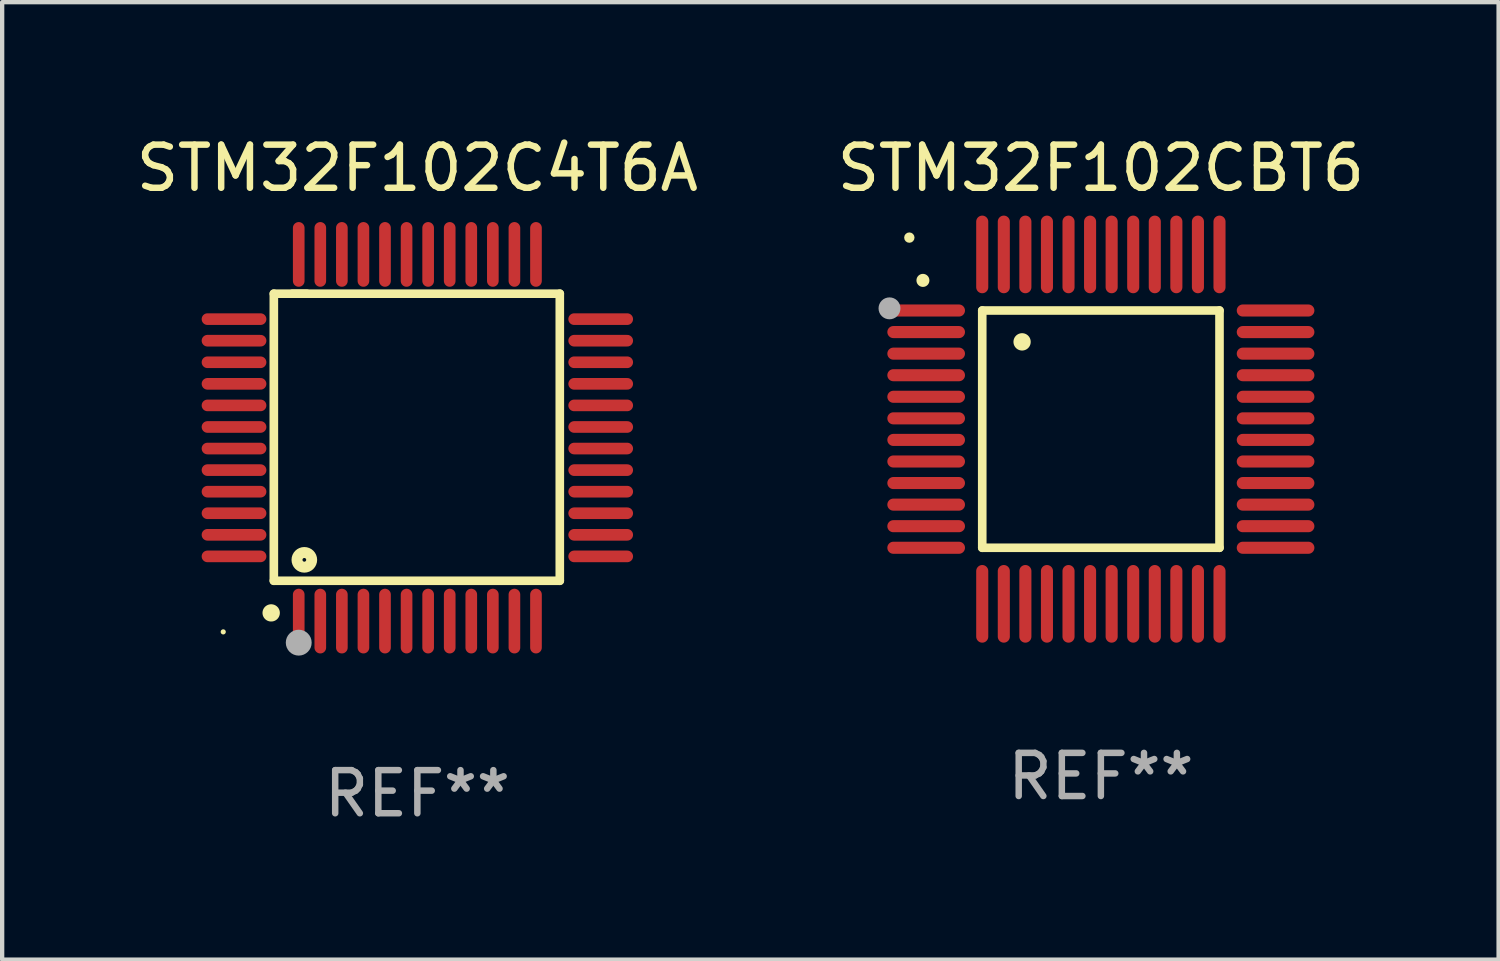
<source format=kicad_pcb>
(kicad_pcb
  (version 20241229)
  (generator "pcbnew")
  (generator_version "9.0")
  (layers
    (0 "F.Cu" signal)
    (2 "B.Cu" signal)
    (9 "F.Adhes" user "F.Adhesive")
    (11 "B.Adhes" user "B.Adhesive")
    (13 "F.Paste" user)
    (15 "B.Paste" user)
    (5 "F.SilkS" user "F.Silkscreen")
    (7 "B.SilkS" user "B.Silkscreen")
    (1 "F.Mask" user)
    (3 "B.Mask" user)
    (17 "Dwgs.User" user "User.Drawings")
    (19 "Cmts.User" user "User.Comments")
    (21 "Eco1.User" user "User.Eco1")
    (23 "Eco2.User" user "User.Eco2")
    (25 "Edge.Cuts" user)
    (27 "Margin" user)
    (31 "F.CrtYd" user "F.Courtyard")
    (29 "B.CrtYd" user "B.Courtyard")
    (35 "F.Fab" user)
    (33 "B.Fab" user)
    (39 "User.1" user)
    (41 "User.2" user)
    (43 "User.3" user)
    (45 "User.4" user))
  (footprint "STM32F102CBT6"
    (layer "F.Cu")
    (at 22.47 6.898)
    (property "Reference" "STM32F102CBT6" (at 0 -6.05 0) (layer "F.SilkS") (effects (font (size 1 1) (thickness 0.15))))
    (attr through_hole)
    (fp_line (start -2.75 -2.75) (end 2.75 -2.75) (stroke (width 0.2) (type solid)) (layer "F.SilkS"))
    (fp_line (start -2.75 2.75) (end -2.75 -2.75) (stroke (width 0.2) (type solid)) (layer "F.SilkS"))
    (fp_line (start 2.75 -2.75) (end 2.75 2.75) (stroke (width 0.2) (type solid)) (layer "F.SilkS"))
    (fp_line (start 2.75 2.75) (end -2.75 2.75) (stroke (width 0.2) (type solid)) (layer "F.SilkS"))
    (fp_arc (start -4.124968 -3.446787) (mid -4.124973 -3.448057) (end -4.124968 -3.449327) (stroke (width 0.3) (type solid)) (layer "F.SilkS"))
    (fp_arc (start -1.826264 -2.021844) (mid -1.826268 -2.023114) (end -1.826264 -2.024384) (stroke (width 0.4) (type solid)) (layer "F.SilkS"))
    (fp_circle (center -4.44 -4.44) (end -4.38 -4.44) (stroke (width 0.12) (type solid)) (fill no) (layer "F.SilkS"))
    (fp_circle (center -4.9 -2.8) (end -4.773 -2.8) (stroke (width 0.254) (type solid)) (fill no) (layer "F.Fab"))
    (fp_text user "REF**" (at 0 8.05 0) (layer "F.Fab") (effects (font (size 1 1) (thickness 0.15))))
    (pad "1" smd oval (at -4.05 -2.75 90) (size 0.28 1.8) (layers "F.Cu" "F.Mask" "F.Paste"))
    (pad "2" smd oval (at -4.05 -2.25 90) (size 0.28 1.8) (layers "F.Cu" "F.Mask" "F.Paste"))
    (pad "3" smd oval (at -4.05 -1.75 90) (size 0.28 1.8) (layers "F.Cu" "F.Mask" "F.Paste"))
    (pad "4" smd oval (at -4.05 -1.25 90) (size 0.28 1.8) (layers "F.Cu" "F.Mask" "F.Paste"))
    (pad "5" smd oval (at -4.05 -0.75 90) (size 0.28 1.8) (layers "F.Cu" "F.Mask" "F.Paste"))
    (pad "6" smd oval (at -4.05 -0.25 90) (size 0.28 1.8) (layers "F.Cu" "F.Mask" "F.Paste"))
    (pad "7" smd oval (at -4.05 0.25 90) (size 0.28 1.8) (layers "F.Cu" "F.Mask" "F.Paste"))
    (pad "8" smd oval (at -4.05 0.75 90) (size 0.28 1.8) (layers "F.Cu" "F.Mask" "F.Paste"))
    (pad "9" smd oval (at -4.05 1.25 90) (size 0.28 1.8) (layers "F.Cu" "F.Mask" "F.Paste"))
    (pad "10" smd oval (at -4.05 1.75 90) (size 0.28 1.8) (layers "F.Cu" "F.Mask" "F.Paste"))
    (pad "11" smd oval (at -4.05 2.25 90) (size 0.28 1.8) (layers "F.Cu" "F.Mask" "F.Paste"))
    (pad "12" smd oval (at -4.05 2.75 90) (size 0.28 1.8) (layers "F.Cu" "F.Mask" "F.Paste"))
    (pad "13" smd oval (at -2.75 4.05) (size 0.28 1.8) (layers "F.Cu" "F.Mask" "F.Paste"))
    (pad "14" smd oval (at -2.25 4.05) (size 0.28 1.8) (layers "F.Cu" "F.Mask" "F.Paste"))
    (pad "15" smd oval (at -1.75 4.05) (size 0.28 1.8) (layers "F.Cu" "F.Mask" "F.Paste"))
    (pad "16" smd oval (at -1.25 4.05) (size 0.28 1.8) (layers "F.Cu" "F.Mask" "F.Paste"))
    (pad "17" smd oval (at -0.75 4.05) (size 0.28 1.8) (layers "F.Cu" "F.Mask" "F.Paste"))
    (pad "18" smd oval (at -0.25 4.05) (size 0.28 1.8) (layers "F.Cu" "F.Mask" "F.Paste"))
    (pad "19" smd oval (at 0.25 4.05) (size 0.28 1.8) (layers "F.Cu" "F.Mask" "F.Paste"))
    (pad "20" smd oval (at 0.75 4.05) (size 0.28 1.8) (layers "F.Cu" "F.Mask" "F.Paste"))
    (pad "21" smd oval (at 1.25 4.05) (size 0.28 1.8) (layers "F.Cu" "F.Mask" "F.Paste"))
    (pad "22" smd oval (at 1.75 4.05) (size 0.28 1.8) (layers "F.Cu" "F.Mask" "F.Paste"))
    (pad "23" smd oval (at 2.25 4.05) (size 0.28 1.8) (layers "F.Cu" "F.Mask" "F.Paste"))
    (pad "24" smd oval (at 2.75 4.05) (size 0.28 1.8) (layers "F.Cu" "F.Mask" "F.Paste"))
    (pad "25" smd oval (at 4.05 2.75 90) (size 0.28 1.8) (layers "F.Cu" "F.Mask" "F.Paste"))
    (pad "26" smd oval (at 4.05 2.25 90) (size 0.28 1.8) (layers "F.Cu" "F.Mask" "F.Paste"))
    (pad "27" smd oval (at 4.05 1.75 90) (size 0.28 1.8) (layers "F.Cu" "F.Mask" "F.Paste"))
    (pad "28" smd oval (at 4.05 1.25 90) (size 0.28 1.8) (layers "F.Cu" "F.Mask" "F.Paste"))
    (pad "29" smd oval (at 4.05 0.75 90) (size 0.28 1.8) (layers "F.Cu" "F.Mask" "F.Paste"))
    (pad "30" smd oval (at 4.05 0.25 90) (size 0.28 1.8) (layers "F.Cu" "F.Mask" "F.Paste"))
    (pad "31" smd oval (at 4.05 -0.25 90) (size 0.28 1.8) (layers "F.Cu" "F.Mask" "F.Paste"))
    (pad "32" smd oval (at 4.05 -0.75 90) (size 0.28 1.8) (layers "F.Cu" "F.Mask" "F.Paste"))
    (pad "33" smd oval (at 4.05 -1.25 90) (size 0.28 1.8) (layers "F.Cu" "F.Mask" "F.Paste"))
    (pad "34" smd oval (at 4.05 -1.75 90) (size 0.28 1.8) (layers "F.Cu" "F.Mask" "F.Paste"))
    (pad "35" smd oval (at 4.05 -2.25 90) (size 0.28 1.8) (layers "F.Cu" "F.Mask" "F.Paste"))
    (pad "36" smd oval (at 4.05 -2.75 90) (size 0.28 1.8) (layers "F.Cu" "F.Mask" "F.Paste"))
    (pad "37" smd oval (at 2.75 -4.05) (size 0.28 1.8) (layers "F.Cu" "F.Mask" "F.Paste"))
    (pad "38" smd oval (at 2.25 -4.05) (size 0.28 1.8) (layers "F.Cu" "F.Mask" "F.Paste"))
    (pad "39" smd oval (at 1.75 -4.05) (size 0.28 1.8) (layers "F.Cu" "F.Mask" "F.Paste"))
    (pad "40" smd oval (at 1.25 -4.05) (size 0.28 1.8) (layers "F.Cu" "F.Mask" "F.Paste"))
    (pad "41" smd oval (at 0.75 -4.05) (size 0.28 1.8) (layers "F.Cu" "F.Mask" "F.Paste"))
    (pad "42" smd oval (at 0.25 -4.05) (size 0.28 1.8) (layers "F.Cu" "F.Mask" "F.Paste"))
    (pad "43" smd oval (at -0.25 -4.05) (size 0.28 1.8) (layers "F.Cu" "F.Mask" "F.Paste"))
    (pad "44" smd oval (at -0.75 -4.05) (size 0.28 1.8) (layers "F.Cu" "F.Mask" "F.Paste"))
    (pad "45" smd oval (at -1.25 -4.05) (size 0.28 1.8) (layers "F.Cu" "F.Mask" "F.Paste"))
    (pad "46" smd oval (at -1.75 -4.05) (size 0.28 1.8) (layers "F.Cu" "F.Mask" "F.Paste"))
    (pad "47" smd oval (at -2.25 -4.05) (size 0.28 1.8) (layers "F.Cu" "F.Mask" "F.Paste"))
    (pad "48" smd oval (at -2.75 -4.05) (size 0.28 1.8) (layers "F.Cu" "F.Mask" "F.Paste")))
  (footprint "STM32F102C4T6A"
    (layer "F.Cu")
    (at 6.625 7.098)
    (property "Reference" "STM32F102C4T6A" (at 0 -6.25 0) (layer "F.SilkS") (effects (font (size 1 1) (thickness 0.15))))
    (attr through_hole)
    (fp_line (start -3.327 -3.34) (end -2.565 -3.34) (stroke (width 0.2) (type solid)) (layer "F.SilkS"))
    (fp_line (start -3.327 3.315) (end -3.327 -3.34) (stroke (width 0.2) (type solid)) (layer "F.SilkS"))
    (fp_line (start -2.896 -3.34) (end 3.302 -3.34) (stroke (width 0.2) (type solid)) (layer "F.SilkS"))
    (fp_line (start 3.302 -3.34) (end 3.302 3.315) (stroke (width 0.2) (type solid)) (layer "F.SilkS"))
    (fp_line (start 3.302 3.315) (end -3.327 3.315) (stroke (width 0.2) (type solid)) (layer "F.SilkS"))
    (fp_arc (start -3.389992 4.059995) (mid -3.388722 4.059991) (end -3.387452 4.059995) (stroke (width 0.4) (type solid)) (layer "F.SilkS"))
    (fp_circle (center -4.5 4.5) (end -4.47 4.5) (stroke (width 0.06) (type solid)) (fill no) (layer "F.SilkS"))
    (fp_circle (center -2.62 2.83) (end -2.45 2.83) (stroke (width 0.254) (type solid)) (fill no) (layer "F.SilkS"))
    (fp_circle (center -2.75 4.75) (end -2.6 4.75) (stroke (width 0.3) (type solid)) (fill no) (layer "F.Fab"))
    (fp_text user "REF**" (at 0 8.25 0) (layer "F.Fab") (effects (font (size 1 1) (thickness 0.15))))
    (pad "1" smd oval (at -2.75 4.25) (size 0.27 1.5) (layers "F.Cu" "F.Mask" "F.Paste"))
    (pad "2" smd oval (at -2.25 4.25) (size 0.27 1.5) (layers "F.Cu" "F.Mask" "F.Paste"))
    (pad "3" smd oval (at -1.75 4.25) (size 0.27 1.5) (layers "F.Cu" "F.Mask" "F.Paste"))
    (pad "4" smd oval (at -1.25 4.25) (size 0.27 1.5) (layers "F.Cu" "F.Mask" "F.Paste"))
    (pad "5" smd oval (at -0.75 4.25) (size 0.27 1.5) (layers "F.Cu" "F.Mask" "F.Paste"))
    (pad "6" smd oval (at -0.25 4.25) (size 0.27 1.5) (layers "F.Cu" "F.Mask" "F.Paste"))
    (pad "7" smd oval (at 0.25 4.25) (size 0.27 1.5) (layers "F.Cu" "F.Mask" "F.Paste"))
    (pad "8" smd oval (at 0.75 4.25) (size 0.27 1.5) (layers "F.Cu" "F.Mask" "F.Paste"))
    (pad "9" smd oval (at 1.25 4.25) (size 0.27 1.5) (layers "F.Cu" "F.Mask" "F.Paste"))
    (pad "10" smd oval (at 1.75 4.25) (size 0.27 1.5) (layers "F.Cu" "F.Mask" "F.Paste"))
    (pad "11" smd oval (at 2.25 4.25) (size 0.27 1.5) (layers "F.Cu" "F.Mask" "F.Paste"))
    (pad "12" smd oval (at 2.75 4.25) (size 0.27 1.5) (layers "F.Cu" "F.Mask" "F.Paste"))
    (pad "13" smd oval (at 4.25 2.75) (size 1.5 0.27) (layers "F.Cu" "F.Mask" "F.Paste"))
    (pad "14" smd oval (at 4.25 2.25) (size 1.5 0.27) (layers "F.Cu" "F.Mask" "F.Paste"))
    (pad "15" smd oval (at 4.25 1.75) (size 1.5 0.27) (layers "F.Cu" "F.Mask" "F.Paste"))
    (pad "16" smd oval (at 4.25 1.25) (size 1.5 0.27) (layers "F.Cu" "F.Mask" "F.Paste"))
    (pad "17" smd oval (at 4.25 0.75) (size 1.5 0.27) (layers "F.Cu" "F.Mask" "F.Paste"))
    (pad "18" smd oval (at 4.25 0.25) (size 1.5 0.27) (layers "F.Cu" "F.Mask" "F.Paste"))
    (pad "19" smd oval (at 4.25 -0.25) (size 1.5 0.27) (layers "F.Cu" "F.Mask" "F.Paste"))
    (pad "20" smd oval (at 4.25 -0.75) (size 1.5 0.27) (layers "F.Cu" "F.Mask" "F.Paste"))
    (pad "21" smd oval (at 4.25 -1.25) (size 1.5 0.27) (layers "F.Cu" "F.Mask" "F.Paste"))
    (pad "22" smd oval (at 4.25 -1.75) (size 1.5 0.27) (layers "F.Cu" "F.Mask" "F.Paste"))
    (pad "23" smd oval (at 4.25 -2.25) (size 1.5 0.27) (layers "F.Cu" "F.Mask" "F.Paste"))
    (pad "24" smd oval (at 4.25 -2.75) (size 1.5 0.27) (layers "F.Cu" "F.Mask" "F.Paste"))
    (pad "25" smd oval (at 2.75 -4.25) (size 0.27 1.5) (layers "F.Cu" "F.Mask" "F.Paste"))
    (pad "26" smd oval (at 2.25 -4.25) (size 0.27 1.5) (layers "F.Cu" "F.Mask" "F.Paste"))
    (pad "27" smd oval (at 1.75 -4.25) (size 0.27 1.5) (layers "F.Cu" "F.Mask" "F.Paste"))
    (pad "28" smd oval (at 1.25 -4.25) (size 0.27 1.5) (layers "F.Cu" "F.Mask" "F.Paste"))
    (pad "29" smd oval (at 0.75 -4.25) (size 0.27 1.5) (layers "F.Cu" "F.Mask" "F.Paste"))
    (pad "30" smd oval (at 0.25 -4.25) (size 0.27 1.5) (layers "F.Cu" "F.Mask" "F.Paste"))
    (pad "31" smd oval (at -0.25 -4.25) (size 0.27 1.5) (layers "F.Cu" "F.Mask" "F.Paste"))
    (pad "32" smd oval (at -0.75 -4.25) (size 0.27 1.5) (layers "F.Cu" "F.Mask" "F.Paste"))
    (pad "33" smd oval (at -1.25 -4.25) (size 0.27 1.5) (layers "F.Cu" "F.Mask" "F.Paste"))
    (pad "34" smd oval (at -1.75 -4.25) (size 0.27 1.5) (layers "F.Cu" "F.Mask" "F.Paste"))
    (pad "35" smd oval (at -2.25 -4.25) (size 0.27 1.5) (layers "F.Cu" "F.Mask" "F.Paste"))
    (pad "36" smd oval (at -2.75 -4.25) (size 0.27 1.5) (layers "F.Cu" "F.Mask" "F.Paste"))
    (pad "37" smd oval (at -4.25 -2.75) (size 1.5 0.27) (layers "F.Cu" "F.Mask" "F.Paste"))
    (pad "38" smd oval (at -4.25 -2.25) (size 1.5 0.27) (layers "F.Cu" "F.Mask" "F.Paste"))
    (pad "39" smd oval (at -4.25 -1.75) (size 1.5 0.27) (layers "F.Cu" "F.Mask" "F.Paste"))
    (pad "40" smd oval (at -4.25 -1.25) (size 1.5 0.27) (layers "F.Cu" "F.Mask" "F.Paste"))
    (pad "41" smd oval (at -4.25 -0.75) (size 1.5 0.27) (layers "F.Cu" "F.Mask" "F.Paste"))
    (pad "42" smd oval (at -4.25 -0.25) (size 1.5 0.27) (layers "F.Cu" "F.Mask" "F.Paste"))
    (pad "43" smd oval (at -4.25 0.25) (size 1.5 0.27) (layers "F.Cu" "F.Mask" "F.Paste"))
    (pad "44" smd oval (at -4.25 0.75) (size 1.5 0.27) (layers "F.Cu" "F.Mask" "F.Paste"))
    (pad "45" smd oval (at -4.25 1.25) (size 1.5 0.27) (layers "F.Cu" "F.Mask" "F.Paste"))
    (pad "46" smd oval (at -4.25 1.75) (size 1.5 0.27) (layers "F.Cu" "F.Mask" "F.Paste"))
    (pad "47" smd oval (at -4.25 2.25) (size 1.5 0.27) (layers "F.Cu" "F.Mask" "F.Paste"))
    (pad "48" smd oval (at -4.25 2.75) (size 1.5 0.27) (layers "F.Cu" "F.Mask" "F.Paste")))
  (gr_rect
    (start -3 -3)
    (end 31.69 19.196)
    (stroke (width 0.1) (type default))
    (fill no)
    (layer "Edge.Cuts")))
</source>
